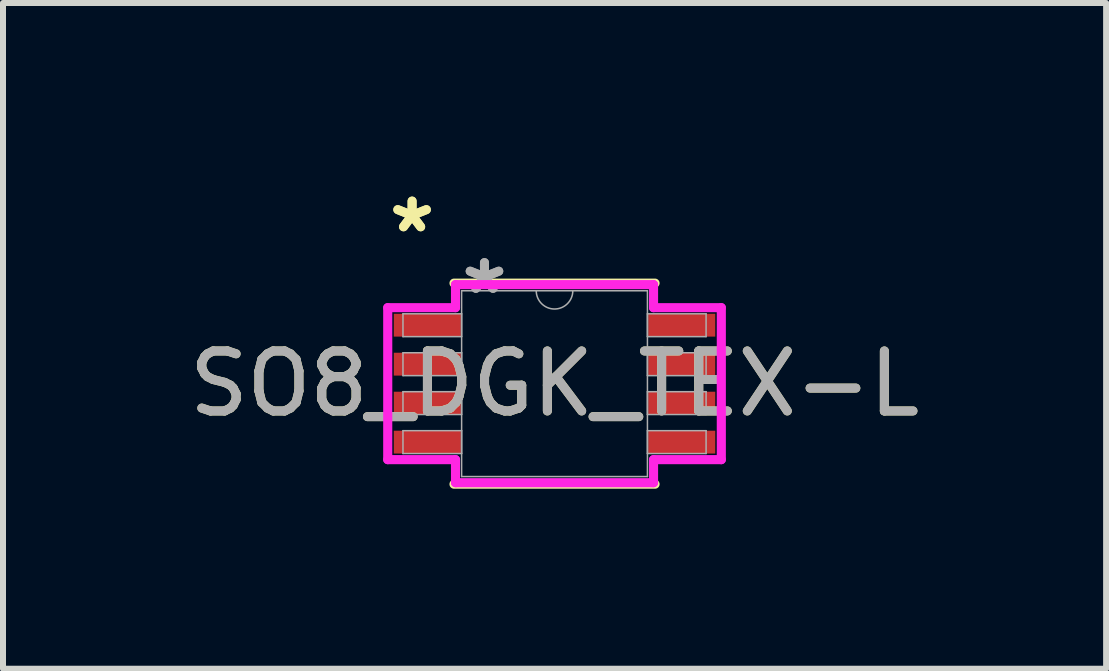
<source format=kicad_pcb>
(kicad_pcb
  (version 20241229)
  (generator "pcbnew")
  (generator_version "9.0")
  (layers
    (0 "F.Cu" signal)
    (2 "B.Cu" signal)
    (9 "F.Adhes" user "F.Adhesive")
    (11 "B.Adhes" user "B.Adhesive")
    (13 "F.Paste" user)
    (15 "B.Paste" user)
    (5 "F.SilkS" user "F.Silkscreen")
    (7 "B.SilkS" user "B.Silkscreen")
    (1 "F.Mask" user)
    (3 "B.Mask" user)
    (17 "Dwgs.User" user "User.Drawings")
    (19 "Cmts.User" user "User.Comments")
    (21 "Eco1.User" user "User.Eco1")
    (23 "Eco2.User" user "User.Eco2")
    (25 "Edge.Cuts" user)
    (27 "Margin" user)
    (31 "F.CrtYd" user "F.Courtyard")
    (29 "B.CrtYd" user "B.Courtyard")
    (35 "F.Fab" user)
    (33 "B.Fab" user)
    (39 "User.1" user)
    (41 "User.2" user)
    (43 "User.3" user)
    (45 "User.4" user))
  (footprint "SO8_DGK_TEX-L"
    (layer "F.Cu")
    (at 6.196 3.347)
    (property "Reference" "SO8_DGK_TEX-L" (at 0 0 0) (unlocked yes) (layer "F.SilkS") (effects (font (size 1 1) (thickness 0.15))))
    (attr smd)
    (fp_line (start -1.676 1.676) (end 1.676 1.676) (stroke (width 0.152) (type solid)) (layer "F.SilkS"))
    (fp_line (start 1.676 -1.676) (end -1.676 -1.676) (stroke (width 0.152) (type solid)) (layer "F.SilkS"))
    (fp_line (start -2.781 -1.267) (end -1.651 -1.267) (stroke (width 0.152) (type solid)) (layer "F.CrtYd"))
    (fp_line (start -2.781 1.267) (end -2.781 -1.267) (stroke (width 0.152) (type solid)) (layer "F.CrtYd"))
    (fp_line (start -2.781 1.267) (end -1.651 1.267) (stroke (width 0.152) (type solid)) (layer "F.CrtYd"))
    (fp_line (start -1.651 -1.651) (end 1.651 -1.651) (stroke (width 0.152) (type solid)) (layer "F.CrtYd"))
    (fp_line (start -1.651 -1.267) (end -1.651 -1.651) (stroke (width 0.152) (type solid)) (layer "F.CrtYd"))
    (fp_line (start -1.651 1.651) (end -1.651 1.267) (stroke (width 0.152) (type solid)) (layer "F.CrtYd"))
    (fp_line (start 1.651 -1.651) (end 1.651 -1.267) (stroke (width 0.152) (type solid)) (layer "F.CrtYd"))
    (fp_line (start 1.651 1.267) (end 1.651 1.651) (stroke (width 0.152) (type solid)) (layer "F.CrtYd"))
    (fp_line (start 1.651 1.651) (end -1.651 1.651) (stroke (width 0.152) (type solid)) (layer "F.CrtYd"))
    (fp_line (start 2.781 -1.267) (end 1.651 -1.267) (stroke (width 0.152) (type solid)) (layer "F.CrtYd"))
    (fp_line (start 2.781 -1.267) (end 2.781 1.267) (stroke (width 0.152) (type solid)) (layer "F.CrtYd"))
    (fp_line (start 2.781 1.267) (end 1.651 1.267) (stroke (width 0.152) (type solid)) (layer "F.CrtYd"))
    (fp_line (start -2.527 -1.165) (end -2.527 -0.784) (stroke (width 0.025) (type solid)) (layer "F.Fab"))
    (fp_line (start -2.527 -0.784) (end -1.549 -0.784) (stroke (width 0.025) (type solid)) (layer "F.Fab"))
    (fp_line (start -2.527 -0.515) (end -2.527 -0.134) (stroke (width 0.025) (type solid)) (layer "F.Fab"))
    (fp_line (start -2.527 -0.134) (end -1.549 -0.134) (stroke (width 0.025) (type solid)) (layer "F.Fab"))
    (fp_line (start -2.527 0.134) (end -2.527 0.515) (stroke (width 0.025) (type solid)) (layer "F.Fab"))
    (fp_line (start -2.527 0.515) (end -1.549 0.515) (stroke (width 0.025) (type solid)) (layer "F.Fab"))
    (fp_line (start -2.527 0.784) (end -2.527 1.165) (stroke (width 0.025) (type solid)) (layer "F.Fab"))
    (fp_line (start -2.527 1.165) (end -1.549 1.165) (stroke (width 0.025) (type solid)) (layer "F.Fab"))
    (fp_line (start -1.549 -1.549) (end -1.549 1.549) (stroke (width 0.025) (type solid)) (layer "F.Fab"))
    (fp_line (start -1.549 -1.165) (end -2.527 -1.165) (stroke (width 0.025) (type solid)) (layer "F.Fab"))
    (fp_line (start -1.549 -0.784) (end -1.549 -1.165) (stroke (width 0.025) (type solid)) (layer "F.Fab"))
    (fp_line (start -1.549 -0.515) (end -2.527 -0.515) (stroke (width 0.025) (type solid)) (layer "F.Fab"))
    (fp_line (start -1.549 -0.134) (end -1.549 -0.515) (stroke (width 0.025) (type solid)) (layer "F.Fab"))
    (fp_line (start -1.549 0.134) (end -2.527 0.134) (stroke (width 0.025) (type solid)) (layer "F.Fab"))
    (fp_line (start -1.549 0.515) (end -1.549 0.134) (stroke (width 0.025) (type solid)) (layer "F.Fab"))
    (fp_line (start -1.549 0.784) (end -2.527 0.784) (stroke (width 0.025) (type solid)) (layer "F.Fab"))
    (fp_line (start -1.549 1.165) (end -1.549 0.784) (stroke (width 0.025) (type solid)) (layer "F.Fab"))
    (fp_line (start -1.549 1.549) (end 1.549 1.549) (stroke (width 0.025) (type solid)) (layer "F.Fab"))
    (fp_line (start 1.549 -1.549) (end -1.549 -1.549) (stroke (width 0.025) (type solid)) (layer "F.Fab"))
    (fp_line (start 1.549 -1.165) (end 1.549 -0.784) (stroke (width 0.025) (type solid)) (layer "F.Fab"))
    (fp_line (start 1.549 -0.784) (end 2.527 -0.784) (stroke (width 0.025) (type solid)) (layer "F.Fab"))
    (fp_line (start 1.549 -0.515) (end 1.549 -0.134) (stroke (width 0.025) (type solid)) (layer "F.Fab"))
    (fp_line (start 1.549 -0.134) (end 2.527 -0.134) (stroke (width 0.025) (type solid)) (layer "F.Fab"))
    (fp_line (start 1.549 0.134) (end 1.549 0.515) (stroke (width 0.025) (type solid)) (layer "F.Fab"))
    (fp_line (start 1.549 0.515) (end 2.527 0.515) (stroke (width 0.025) (type solid)) (layer "F.Fab"))
    (fp_line (start 1.549 0.784) (end 1.549 1.165) (stroke (width 0.025) (type solid)) (layer "F.Fab"))
    (fp_line (start 1.549 1.165) (end 2.527 1.165) (stroke (width 0.025) (type solid)) (layer "F.Fab"))
    (fp_line (start 1.549 1.549) (end 1.549 -1.549) (stroke (width 0.025) (type solid)) (layer "F.Fab"))
    (fp_line (start 2.527 -1.165) (end 1.549 -1.165) (stroke (width 0.025) (type solid)) (layer "F.Fab"))
    (fp_line (start 2.527 -0.784) (end 2.527 -1.165) (stroke (width 0.025) (type solid)) (layer "F.Fab"))
    (fp_line (start 2.527 -0.515) (end 1.549 -0.515) (stroke (width 0.025) (type solid)) (layer "F.Fab"))
    (fp_line (start 2.527 -0.134) (end 2.527 -0.515) (stroke (width 0.025) (type solid)) (layer "F.Fab"))
    (fp_line (start 2.527 0.134) (end 1.549 0.134) (stroke (width 0.025) (type solid)) (layer "F.Fab"))
    (fp_line (start 2.527 0.515) (end 2.527 0.134) (stroke (width 0.025) (type solid)) (layer "F.Fab"))
    (fp_line (start 2.527 0.784) (end 1.549 0.784) (stroke (width 0.025) (type solid)) (layer "F.Fab"))
    (fp_line (start 2.527 1.165) (end 2.527 0.784) (stroke (width 0.025) (type solid)) (layer "F.Fab"))
    (fp_arc (start 0.3048 -1.5494) (mid 0 -1.2446) (end -0.3048 -1.5494) (stroke (width 0.0254) (type solid)) (layer "F.Fab"))
    (fp_text user "*" (at -2.375 -2.499 0) (layer "F.SilkS") (effects (font (size 1 1) (thickness 0.15))))
    (fp_text user "*" (at -2.375 -2.499 0) (unlocked yes) (layer "F.SilkS") (effects (font (size 1 1) (thickness 0.15))))
    (fp_text user "*" (at -1.168 -1.473 0) (layer "F.Fab") (effects (font (size 1 1) (thickness 0.15))))
    (fp_text user "${REFERENCE}" (at 0 0 0) (unlocked yes) (layer "F.Fab") (effects (font (size 1 1) (thickness 0.15))))
    (fp_text user "*" (at -1.168 -1.473 0) (unlocked yes) (layer "F.Fab") (effects (font (size 1 1) (thickness 0.15))))
    (pad "1" smd rect (at -2.121 -0.975) (size 1.118 0.381) (layers "F.Cu" "F.Mask" "F.Paste"))
    (pad "2" smd rect (at -2.121 -0.325) (size 1.118 0.381) (layers "F.Cu" "F.Mask" "F.Paste"))
    (pad "3" smd rect (at -2.121 0.325) (size 1.118 0.381) (layers "F.Cu" "F.Mask" "F.Paste"))
    (pad "4" smd rect (at -2.121 0.975) (size 1.118 0.381) (layers "F.Cu" "F.Mask" "F.Paste"))
    (pad "5" smd rect (at 2.121 0.975) (size 1.118 0.381) (layers "F.Cu" "F.Mask" "F.Paste"))
    (pad "6" smd rect (at 2.121 0.325) (size 1.118 0.381) (layers "F.Cu" "F.Mask" "F.Paste"))
    (pad "7" smd rect (at 2.121 -0.325) (size 1.118 0.381) (layers "F.Cu" "F.Mask" "F.Paste"))
    (pad "8" smd rect (at 2.121 -0.975) (size 1.118 0.381) (layers "F.Cu" "F.Mask" "F.Paste")))
  (gr_rect
    (start -3 -3)
    (end 15.393 8.1)
    (stroke (width 0.1) (type default))
    (fill no)
    (layer "Edge.Cuts")))
</source>
